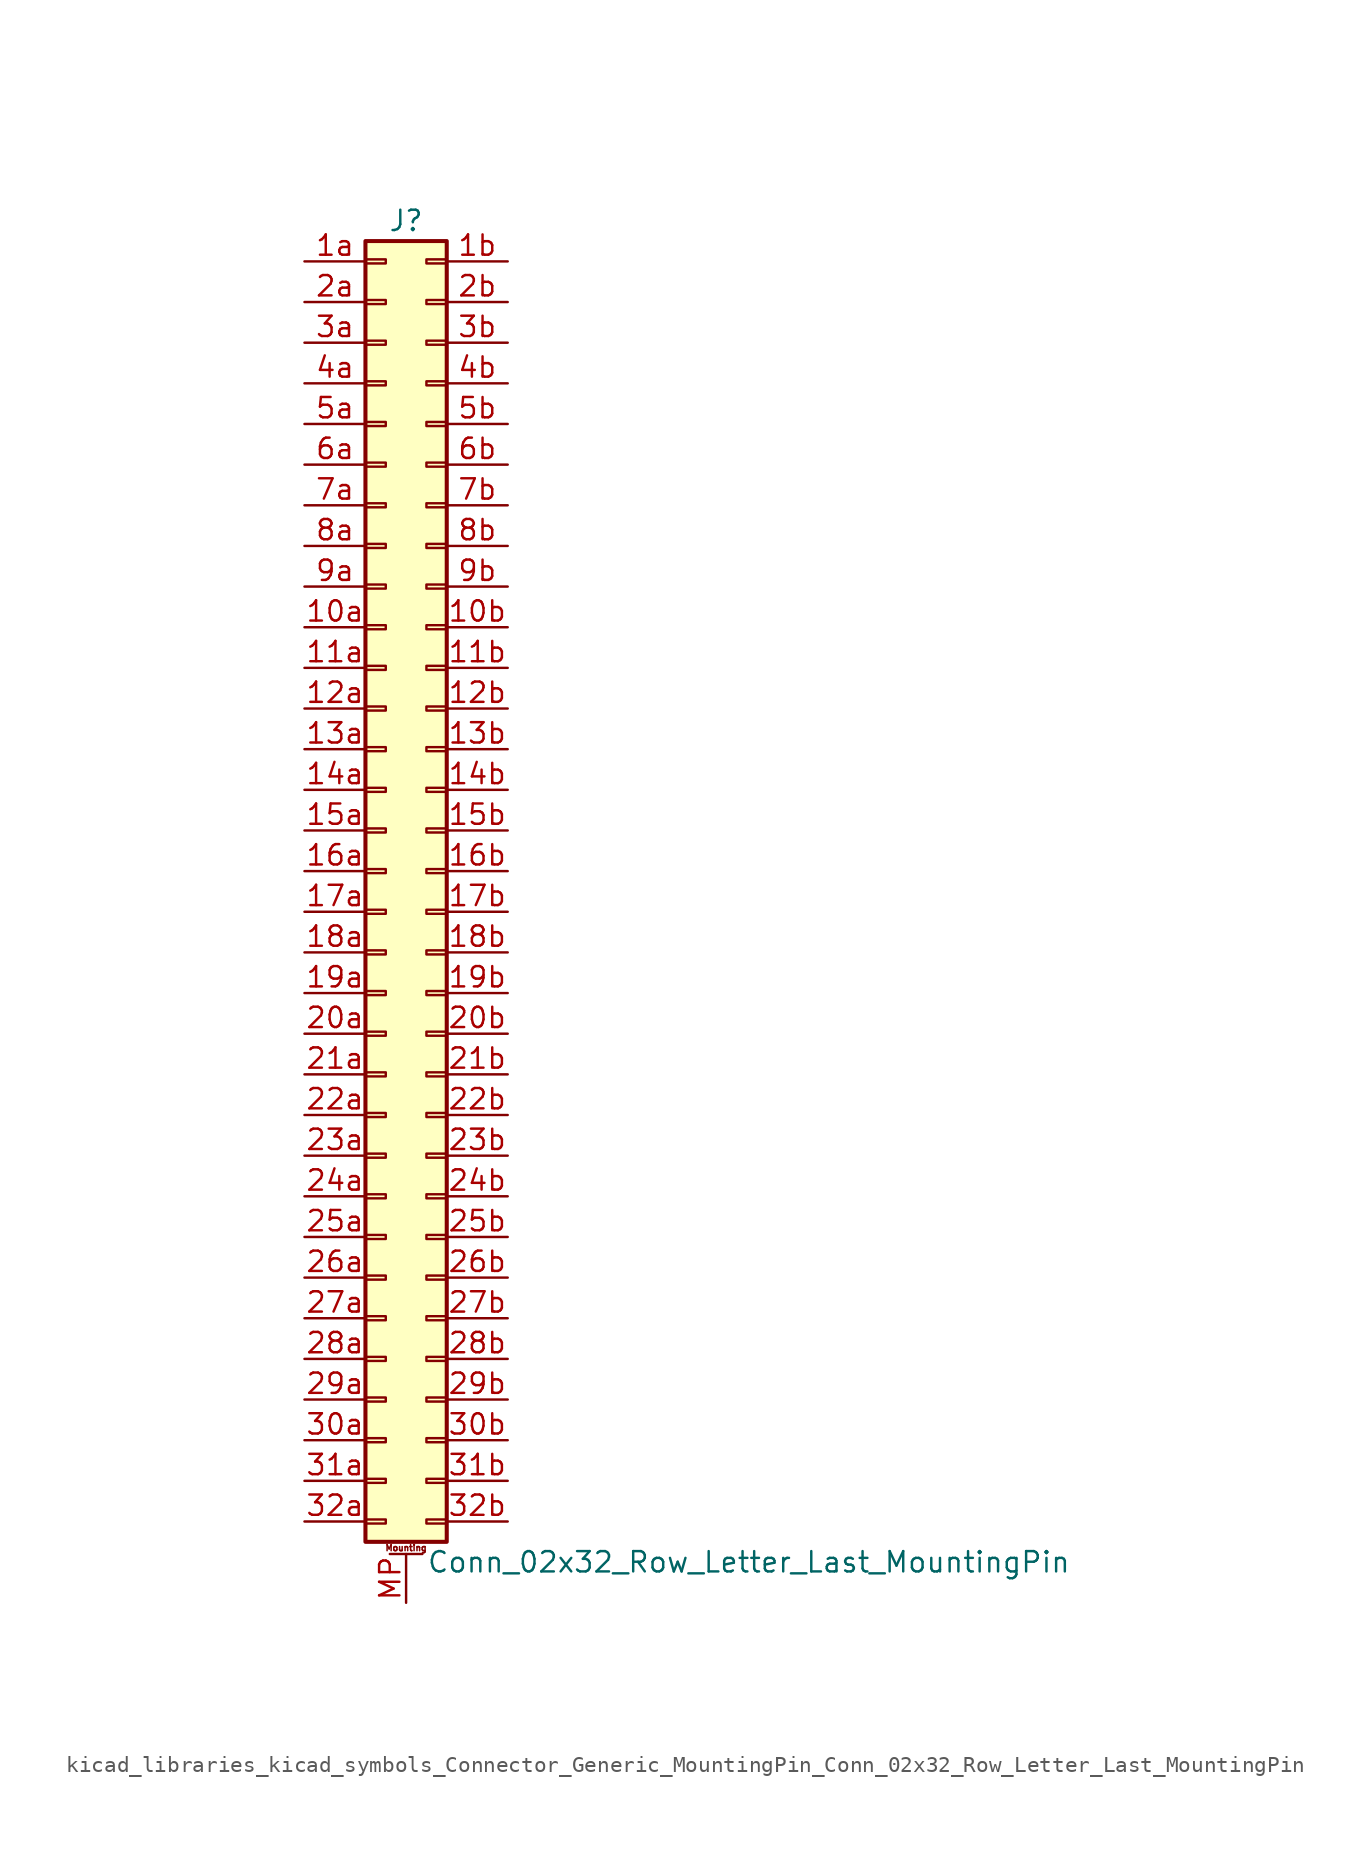
<source format=kicad_sym>
(kicad_symbol_lib
  (version 20220914)
  (generator kicad_symbol_editor)
  (symbol "kicad_libraries_kicad_symbols_Connector_Generic_MountingPin_Conn_02x32_Row_Letter_Last_MountingPin"
    (pin_names
      (offset 1.016) hide)
    (property "Reference" "J"
      (at 1.27 40.64 0)
      (effects (font (size 1.27 1.27))))
    (property "Value" "Conn_02x32_Row_Letter_Last_MountingPin"
      (at 2.54 -43.18 0)
      (effects (font (size 1.27 1.27)) (justify left)))
    (symbol "kicad_libraries_kicad_symbols_Connector_Generic_MountingPin_Conn_02x32_Row_Letter_Last_MountingPin_1_1"
      (rectangle (start -1.27 -40.513) (end 0 -40.767) (stroke (width 0.152) (type default)) (fill (type none)))
      (rectangle (start -1.27 -37.973) (end 0 -38.227) (stroke (width 0.152) (type default)) (fill (type none)))
      (rectangle (start -1.27 -35.433) (end 0 -35.687) (stroke (width 0.152) (type default)) (fill (type none)))
      (rectangle (start -1.27 -32.893) (end 0 -33.147) (stroke (width 0.152) (type default)) (fill (type none)))
      (rectangle (start -1.27 -30.353) (end 0 -30.607) (stroke (width 0.152) (type default)) (fill (type none)))
      (rectangle (start -1.27 -27.813) (end 0 -28.067) (stroke (width 0.152) (type default)) (fill (type none)))
      (rectangle (start -1.27 -25.273) (end 0 -25.527) (stroke (width 0.152) (type default)) (fill (type none)))
      (rectangle (start -1.27 -22.733) (end 0 -22.987) (stroke (width 0.152) (type default)) (fill (type none)))
      (rectangle (start -1.27 -20.193) (end 0 -20.447) (stroke (width 0.152) (type default)) (fill (type none)))
      (rectangle (start -1.27 -17.653) (end 0 -17.907) (stroke (width 0.152) (type default)) (fill (type none)))
      (rectangle (start -1.27 -15.113) (end 0 -15.367) (stroke (width 0.152) (type default)) (fill (type none)))
      (rectangle (start -1.27 -12.573) (end 0 -12.827) (stroke (width 0.152) (type default)) (fill (type none)))
      (rectangle (start -1.27 -10.033) (end 0 -10.287) (stroke (width 0.152) (type default)) (fill (type none)))
      (rectangle (start -1.27 -7.493) (end 0 -7.747) (stroke (width 0.152) (type default)) (fill (type none)))
      (rectangle (start -1.27 -4.953) (end 0 -5.207) (stroke (width 0.152) (type default)) (fill (type none)))
      (rectangle (start -1.27 -2.413) (end 0 -2.667) (stroke (width 0.152) (type default)) (fill (type none)))
      (rectangle (start -1.27 0.127) (end 0 -0.127) (stroke (width 0.152) (type default)) (fill (type none)))
      (rectangle (start -1.27 2.667) (end 0 2.413) (stroke (width 0.152) (type default)) (fill (type none)))
      (rectangle (start -1.27 5.207) (end 0 4.953) (stroke (width 0.152) (type default)) (fill (type none)))
      (rectangle (start -1.27 7.747) (end 0 7.493) (stroke (width 0.152) (type default)) (fill (type none)))
      (rectangle (start -1.27 10.287) (end 0 10.033) (stroke (width 0.152) (type default)) (fill (type none)))
      (rectangle (start -1.27 12.827) (end 0 12.573) (stroke (width 0.152) (type default)) (fill (type none)))
      (rectangle (start -1.27 15.367) (end 0 15.113) (stroke (width 0.152) (type default)) (fill (type none)))
      (rectangle (start -1.27 17.907) (end 0 17.653) (stroke (width 0.152) (type default)) (fill (type none)))
      (rectangle (start -1.27 20.447) (end 0 20.193) (stroke (width 0.152) (type default)) (fill (type none)))
      (rectangle (start -1.27 22.987) (end 0 22.733) (stroke (width 0.152) (type default)) (fill (type none)))
      (rectangle (start -1.27 25.527) (end 0 25.273) (stroke (width 0.152) (type default)) (fill (type none)))
      (rectangle (start -1.27 28.067) (end 0 27.813) (stroke (width 0.152) (type default)) (fill (type none)))
      (rectangle (start -1.27 30.607) (end 0 30.353) (stroke (width 0.152) (type default)) (fill (type none)))
      (rectangle (start -1.27 33.147) (end 0 32.893) (stroke (width 0.152) (type default)) (fill (type none)))
      (rectangle (start -1.27 35.687) (end 0 35.433) (stroke (width 0.152) (type default)) (fill (type none)))
      (rectangle (start -1.27 38.227) (end 0 37.973) (stroke (width 0.152) (type default)) (fill (type none)))
      (rectangle (start -1.27 39.37) (end 3.81 -41.91) (stroke (width 0.254) (type default)) (fill (type background)))
      (polyline (pts (xy 0.254 -42.672) (xy 2.286 -42.672)) (stroke (width 0.152) (type default)) (fill (type none)))
      (rectangle (start 3.81 -40.513) (end 2.54 -40.767) (stroke (width 0.152) (type default)) (fill (type none)))
      (rectangle (start 3.81 -37.973) (end 2.54 -38.227) (stroke (width 0.152) (type default)) (fill (type none)))
      (rectangle (start 3.81 -35.433) (end 2.54 -35.687) (stroke (width 0.152) (type default)) (fill (type none)))
      (rectangle (start 3.81 -32.893) (end 2.54 -33.147) (stroke (width 0.152) (type default)) (fill (type none)))
      (rectangle (start 3.81 -30.353) (end 2.54 -30.607) (stroke (width 0.152) (type default)) (fill (type none)))
      (rectangle (start 3.81 -27.813) (end 2.54 -28.067) (stroke (width 0.152) (type default)) (fill (type none)))
      (rectangle (start 3.81 -25.273) (end 2.54 -25.527) (stroke (width 0.152) (type default)) (fill (type none)))
      (rectangle (start 3.81 -22.733) (end 2.54 -22.987) (stroke (width 0.152) (type default)) (fill (type none)))
      (rectangle (start 3.81 -20.193) (end 2.54 -20.447) (stroke (width 0.152) (type default)) (fill (type none)))
      (rectangle (start 3.81 -17.653) (end 2.54 -17.907) (stroke (width 0.152) (type default)) (fill (type none)))
      (rectangle (start 3.81 -15.113) (end 2.54 -15.367) (stroke (width 0.152) (type default)) (fill (type none)))
      (rectangle (start 3.81 -12.573) (end 2.54 -12.827) (stroke (width 0.152) (type default)) (fill (type none)))
      (rectangle (start 3.81 -10.033) (end 2.54 -10.287) (stroke (width 0.152) (type default)) (fill (type none)))
      (rectangle (start 3.81 -7.493) (end 2.54 -7.747) (stroke (width 0.152) (type default)) (fill (type none)))
      (rectangle (start 3.81 -4.953) (end 2.54 -5.207) (stroke (width 0.152) (type default)) (fill (type none)))
      (rectangle (start 3.81 -2.413) (end 2.54 -2.667) (stroke (width 0.152) (type default)) (fill (type none)))
      (rectangle (start 3.81 0.127) (end 2.54 -0.127) (stroke (width 0.152) (type default)) (fill (type none)))
      (rectangle (start 3.81 2.667) (end 2.54 2.413) (stroke (width 0.152) (type default)) (fill (type none)))
      (rectangle (start 3.81 5.207) (end 2.54 4.953) (stroke (width 0.152) (type default)) (fill (type none)))
      (rectangle (start 3.81 7.747) (end 2.54 7.493) (stroke (width 0.152) (type default)) (fill (type none)))
      (rectangle (start 3.81 10.287) (end 2.54 10.033) (stroke (width 0.152) (type default)) (fill (type none)))
      (rectangle (start 3.81 12.827) (end 2.54 12.573) (stroke (width 0.152) (type default)) (fill (type none)))
      (rectangle (start 3.81 15.367) (end 2.54 15.113) (stroke (width 0.152) (type default)) (fill (type none)))
      (rectangle (start 3.81 17.907) (end 2.54 17.653) (stroke (width 0.152) (type default)) (fill (type none)))
      (rectangle (start 3.81 20.447) (end 2.54 20.193) (stroke (width 0.152) (type default)) (fill (type none)))
      (rectangle (start 3.81 22.987) (end 2.54 22.733) (stroke (width 0.152) (type default)) (fill (type none)))
      (rectangle (start 3.81 25.527) (end 2.54 25.273) (stroke (width 0.152) (type default)) (fill (type none)))
      (rectangle (start 3.81 28.067) (end 2.54 27.813) (stroke (width 0.152) (type default)) (fill (type none)))
      (rectangle (start 3.81 30.607) (end 2.54 30.353) (stroke (width 0.152) (type default)) (fill (type none)))
      (rectangle (start 3.81 33.147) (end 2.54 32.893) (stroke (width 0.152) (type default)) (fill (type none)))
      (rectangle (start 3.81 35.687) (end 2.54 35.433) (stroke (width 0.152) (type default)) (fill (type none)))
      (rectangle (start 3.81 38.227) (end 2.54 37.973) (stroke (width 0.152) (type default)) (fill (type none)))
      (text "Mounting" (at 1.27 -42.291 0) (effects (font (size 0.381 0.381))))
      (pin passive line (at -5.08 15.24 0) (length 3.81) (name "Pin_10a" (effects (font (size 1.27 1.27)))) (number "10a" (effects (font (size 1.27 1.27)))))
      (pin passive line (at 7.62 15.24 180) (length 3.81) (name "Pin_10b" (effects (font (size 1.27 1.27)))) (number "10b" (effects (font (size 1.27 1.27)))))
      (pin passive line (at -5.08 12.7 0) (length 3.81) (name "Pin_11a" (effects (font (size 1.27 1.27)))) (number "11a" (effects (font (size 1.27 1.27)))))
      (pin passive line (at 7.62 12.7 180) (length 3.81) (name "Pin_11b" (effects (font (size 1.27 1.27)))) (number "11b" (effects (font (size 1.27 1.27)))))
      (pin passive line (at -5.08 10.16 0) (length 3.81) (name "Pin_12a" (effects (font (size 1.27 1.27)))) (number "12a" (effects (font (size 1.27 1.27)))))
      (pin passive line (at 7.62 10.16 180) (length 3.81) (name "Pin_12b" (effects (font (size 1.27 1.27)))) (number "12b" (effects (font (size 1.27 1.27)))))
      (pin passive line (at -5.08 7.62 0) (length 3.81) (name "Pin_13a" (effects (font (size 1.27 1.27)))) (number "13a" (effects (font (size 1.27 1.27)))))
      (pin passive line (at 7.62 7.62 180) (length 3.81) (name "Pin_13b" (effects (font (size 1.27 1.27)))) (number "13b" (effects (font (size 1.27 1.27)))))
      (pin passive line (at -5.08 5.08 0) (length 3.81) (name "Pin_14a" (effects (font (size 1.27 1.27)))) (number "14a" (effects (font (size 1.27 1.27)))))
      (pin passive line (at 7.62 5.08 180) (length 3.81) (name "Pin_14b" (effects (font (size 1.27 1.27)))) (number "14b" (effects (font (size 1.27 1.27)))))
      (pin passive line (at -5.08 2.54 0) (length 3.81) (name "Pin_15a" (effects (font (size 1.27 1.27)))) (number "15a" (effects (font (size 1.27 1.27)))))
      (pin passive line (at 7.62 2.54 180) (length 3.81) (name "Pin_15b" (effects (font (size 1.27 1.27)))) (number "15b" (effects (font (size 1.27 1.27)))))
      (pin passive line (at -5.08 0 0) (length 3.81) (name "Pin_16a" (effects (font (size 1.27 1.27)))) (number "16a" (effects (font (size 1.27 1.27)))))
      (pin passive line (at 7.62 0 180) (length 3.81) (name "Pin_16b" (effects (font (size 1.27 1.27)))) (number "16b" (effects (font (size 1.27 1.27)))))
      (pin passive line (at -5.08 -2.54 0) (length 3.81) (name "Pin_17a" (effects (font (size 1.27 1.27)))) (number "17a" (effects (font (size 1.27 1.27)))))
      (pin passive line (at 7.62 -2.54 180) (length 3.81) (name "Pin_17b" (effects (font (size 1.27 1.27)))) (number "17b" (effects (font (size 1.27 1.27)))))
      (pin passive line (at -5.08 -5.08 0) (length 3.81) (name "Pin_18a" (effects (font (size 1.27 1.27)))) (number "18a" (effects (font (size 1.27 1.27)))))
      (pin passive line (at 7.62 -5.08 180) (length 3.81) (name "Pin_18b" (effects (font (size 1.27 1.27)))) (number "18b" (effects (font (size 1.27 1.27)))))
      (pin passive line (at -5.08 -7.62 0) (length 3.81) (name "Pin_19a" (effects (font (size 1.27 1.27)))) (number "19a" (effects (font (size 1.27 1.27)))))
      (pin passive line (at 7.62 -7.62 180) (length 3.81) (name "Pin_19b" (effects (font (size 1.27 1.27)))) (number "19b" (effects (font (size 1.27 1.27)))))
      (pin passive line (at -5.08 38.1 0) (length 3.81) (name "Pin_1a" (effects (font (size 1.27 1.27)))) (number "1a" (effects (font (size 1.27 1.27)))))
      (pin passive line (at 7.62 38.1 180) (length 3.81) (name "Pin_1b" (effects (font (size 1.27 1.27)))) (number "1b" (effects (font (size 1.27 1.27)))))
      (pin passive line (at -5.08 -10.16 0) (length 3.81) (name "Pin_20a" (effects (font (size 1.27 1.27)))) (number "20a" (effects (font (size 1.27 1.27)))))
      (pin passive line (at 7.62 -10.16 180) (length 3.81) (name "Pin_20b" (effects (font (size 1.27 1.27)))) (number "20b" (effects (font (size 1.27 1.27)))))
      (pin passive line (at -5.08 -12.7 0) (length 3.81) (name "Pin_21a" (effects (font (size 1.27 1.27)))) (number "21a" (effects (font (size 1.27 1.27)))))
      (pin passive line (at 7.62 -12.7 180) (length 3.81) (name "Pin_21b" (effects (font (size 1.27 1.27)))) (number "21b" (effects (font (size 1.27 1.27)))))
      (pin passive line (at -5.08 -15.24 0) (length 3.81) (name "Pin_22a" (effects (font (size 1.27 1.27)))) (number "22a" (effects (font (size 1.27 1.27)))))
      (pin passive line (at 7.62 -15.24 180) (length 3.81) (name "Pin_22b" (effects (font (size 1.27 1.27)))) (number "22b" (effects (font (size 1.27 1.27)))))
      (pin passive line (at -5.08 -17.78 0) (length 3.81) (name "Pin_23a" (effects (font (size 1.27 1.27)))) (number "23a" (effects (font (size 1.27 1.27)))))
      (pin passive line (at 7.62 -17.78 180) (length 3.81) (name "Pin_23b" (effects (font (size 1.27 1.27)))) (number "23b" (effects (font (size 1.27 1.27)))))
      (pin passive line (at -5.08 -20.32 0) (length 3.81) (name "Pin_24a" (effects (font (size 1.27 1.27)))) (number "24a" (effects (font (size 1.27 1.27)))))
      (pin passive line (at 7.62 -20.32 180) (length 3.81) (name "Pin_24b" (effects (font (size 1.27 1.27)))) (number "24b" (effects (font (size 1.27 1.27)))))
      (pin passive line (at -5.08 -22.86 0) (length 3.81) (name "Pin_25a" (effects (font (size 1.27 1.27)))) (number "25a" (effects (font (size 1.27 1.27)))))
      (pin passive line (at 7.62 -22.86 180) (length 3.81) (name "Pin_25b" (effects (font (size 1.27 1.27)))) (number "25b" (effects (font (size 1.27 1.27)))))
      (pin passive line (at -5.08 -25.4 0) (length 3.81) (name "Pin_26a" (effects (font (size 1.27 1.27)))) (number "26a" (effects (font (size 1.27 1.27)))))
      (pin passive line (at 7.62 -25.4 180) (length 3.81) (name "Pin_26b" (effects (font (size 1.27 1.27)))) (number "26b" (effects (font (size 1.27 1.27)))))
      (pin passive line (at -5.08 -27.94 0) (length 3.81) (name "Pin_27a" (effects (font (size 1.27 1.27)))) (number "27a" (effects (font (size 1.27 1.27)))))
      (pin passive line (at 7.62 -27.94 180) (length 3.81) (name "Pin_27b" (effects (font (size 1.27 1.27)))) (number "27b" (effects (font (size 1.27 1.27)))))
      (pin passive line (at -5.08 -30.48 0) (length 3.81) (name "Pin_28a" (effects (font (size 1.27 1.27)))) (number "28a" (effects (font (size 1.27 1.27)))))
      (pin passive line (at 7.62 -30.48 180) (length 3.81) (name "Pin_28b" (effects (font (size 1.27 1.27)))) (number "28b" (effects (font (size 1.27 1.27)))))
      (pin passive line (at -5.08 -33.02 0) (length 3.81) (name "Pin_29a" (effects (font (size 1.27 1.27)))) (number "29a" (effects (font (size 1.27 1.27)))))
      (pin passive line (at 7.62 -33.02 180) (length 3.81) (name "Pin_29b" (effects (font (size 1.27 1.27)))) (number "29b" (effects (font (size 1.27 1.27)))))
      (pin passive line (at -5.08 35.56 0) (length 3.81) (name "Pin_2a" (effects (font (size 1.27 1.27)))) (number "2a" (effects (font (size 1.27 1.27)))))
      (pin passive line (at 7.62 35.56 180) (length 3.81) (name "Pin_2b" (effects (font (size 1.27 1.27)))) (number "2b" (effects (font (size 1.27 1.27)))))
      (pin passive line (at -5.08 -35.56 0) (length 3.81) (name "Pin_30a" (effects (font (size 1.27 1.27)))) (number "30a" (effects (font (size 1.27 1.27)))))
      (pin passive line (at 7.62 -35.56 180) (length 3.81) (name "Pin_30b" (effects (font (size 1.27 1.27)))) (number "30b" (effects (font (size 1.27 1.27)))))
      (pin passive line (at -5.08 -38.1 0) (length 3.81) (name "Pin_31a" (effects (font (size 1.27 1.27)))) (number "31a" (effects (font (size 1.27 1.27)))))
      (pin passive line (at 7.62 -38.1 180) (length 3.81) (name "Pin_31b" (effects (font (size 1.27 1.27)))) (number "31b" (effects (font (size 1.27 1.27)))))
      (pin passive line (at -5.08 -40.64 0) (length 3.81) (name "Pin_32a" (effects (font (size 1.27 1.27)))) (number "32a" (effects (font (size 1.27 1.27)))))
      (pin passive line (at 7.62 -40.64 180) (length 3.81) (name "Pin_32b" (effects (font (size 1.27 1.27)))) (number "32b" (effects (font (size 1.27 1.27)))))
      (pin passive line (at -5.08 33.02 0) (length 3.81) (name "Pin_3a" (effects (font (size 1.27 1.27)))) (number "3a" (effects (font (size 1.27 1.27)))))
      (pin passive line (at 7.62 33.02 180) (length 3.81) (name "Pin_3b" (effects (font (size 1.27 1.27)))) (number "3b" (effects (font (size 1.27 1.27)))))
      (pin passive line (at -5.08 30.48 0) (length 3.81) (name "Pin_4a" (effects (font (size 1.27 1.27)))) (number "4a" (effects (font (size 1.27 1.27)))))
      (pin passive line (at 7.62 30.48 180) (length 3.81) (name "Pin_4b" (effects (font (size 1.27 1.27)))) (number "4b" (effects (font (size 1.27 1.27)))))
      (pin passive line (at -5.08 27.94 0) (length 3.81) (name "Pin_5a" (effects (font (size 1.27 1.27)))) (number "5a" (effects (font (size 1.27 1.27)))))
      (pin passive line (at 7.62 27.94 180) (length 3.81) (name "Pin_5b" (effects (font (size 1.27 1.27)))) (number "5b" (effects (font (size 1.27 1.27)))))
      (pin passive line (at -5.08 25.4 0) (length 3.81) (name "Pin_6a" (effects (font (size 1.27 1.27)))) (number "6a" (effects (font (size 1.27 1.27)))))
      (pin passive line (at 7.62 25.4 180) (length 3.81) (name "Pin_6b" (effects (font (size 1.27 1.27)))) (number "6b" (effects (font (size 1.27 1.27)))))
      (pin passive line (at -5.08 22.86 0) (length 3.81) (name "Pin_7a" (effects (font (size 1.27 1.27)))) (number "7a" (effects (font (size 1.27 1.27)))))
      (pin passive line (at 7.62 22.86 180) (length 3.81) (name "Pin_7b" (effects (font (size 1.27 1.27)))) (number "7b" (effects (font (size 1.27 1.27)))))
      (pin passive line (at -5.08 20.32 0) (length 3.81) (name "Pin_8a" (effects (font (size 1.27 1.27)))) (number "8a" (effects (font (size 1.27 1.27)))))
      (pin passive line (at 7.62 20.32 180) (length 3.81) (name "Pin_8b" (effects (font (size 1.27 1.27)))) (number "8b" (effects (font (size 1.27 1.27)))))
      (pin passive line (at -5.08 17.78 0) (length 3.81) (name "Pin_9a" (effects (font (size 1.27 1.27)))) (number "9a" (effects (font (size 1.27 1.27)))))
      (pin passive line (at 7.62 17.78 180) (length 3.81) (name "Pin_9b" (effects (font (size 1.27 1.27)))) (number "9b" (effects (font (size 1.27 1.27)))))
      (pin passive line (at 1.27 -45.72 90) (length 3.048) (name "MountPin" (effects (font (size 1.27 1.27)))) (number "MP" (effects (font (size 1.27 1.27))))))))
</source>
